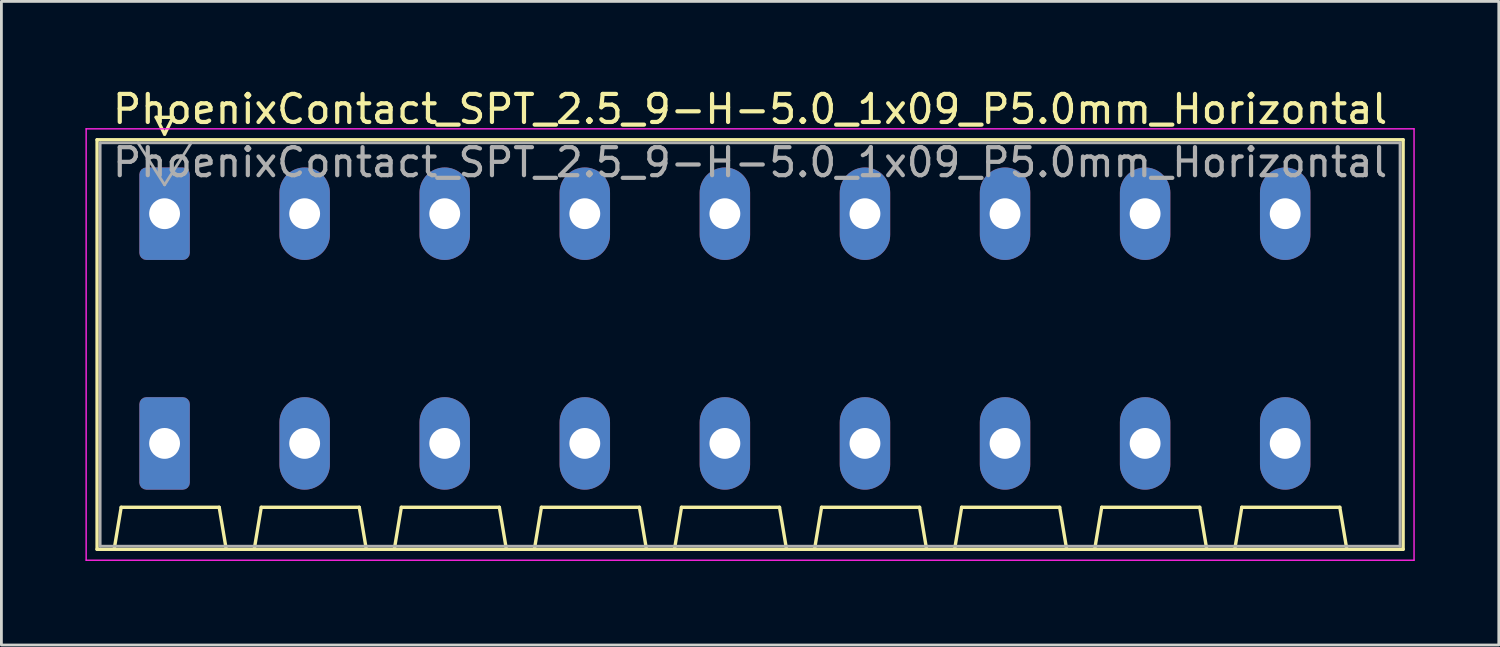
<source format=kicad_pcb>
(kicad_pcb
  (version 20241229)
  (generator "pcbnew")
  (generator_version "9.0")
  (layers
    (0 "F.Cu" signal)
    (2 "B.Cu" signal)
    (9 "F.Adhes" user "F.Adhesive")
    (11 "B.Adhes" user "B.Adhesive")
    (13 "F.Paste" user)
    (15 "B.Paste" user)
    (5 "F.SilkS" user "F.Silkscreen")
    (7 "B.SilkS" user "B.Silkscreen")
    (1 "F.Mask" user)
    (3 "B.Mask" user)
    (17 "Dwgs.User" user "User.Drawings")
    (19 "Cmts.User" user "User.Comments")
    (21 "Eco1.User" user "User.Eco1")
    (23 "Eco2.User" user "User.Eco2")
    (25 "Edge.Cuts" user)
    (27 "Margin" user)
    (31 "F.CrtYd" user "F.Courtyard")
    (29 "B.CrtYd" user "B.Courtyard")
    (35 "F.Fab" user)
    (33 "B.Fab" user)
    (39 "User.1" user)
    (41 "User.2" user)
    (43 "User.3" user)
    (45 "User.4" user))
  (footprint "PhoenixContact_SPT_2.5_9-H-5.0_1x09_P5.0mm_Horizontal"
    (layer "F.Cu")
    (at 2.825 4.578)
    (property "Reference" "PhoenixContact_SPT_2.5_9-H-5.0_1x09_P5.0mm_Horizontal" (at 20.9 -3.73 0) (layer "F.SilkS") (effects (font (size 1 1) (thickness 0.15))))
    (attr through_hole)
    (fp_line (start -2.41 -2.64) (end 44.21 -2.64) (stroke (width 0.12) (type solid)) (layer "F.SilkS"))
    (fp_line (start -2.41 11.98) (end -2.41 -2.64) (stroke (width 0.12) (type solid)) (layer "F.SilkS"))
    (fp_line (start -1.8 11.98) (end -1.55 10.48) (stroke (width 0.12) (type solid)) (layer "F.SilkS"))
    (fp_line (start -1.55 10.48) (end 1.95 10.48) (stroke (width 0.12) (type solid)) (layer "F.SilkS"))
    (fp_line (start -0.3 -3.44) (end 0 -2.84) (stroke (width 0.12) (type solid)) (layer "F.SilkS"))
    (fp_line (start -0.3 -3.44) (end 0.3 -3.44) (stroke (width 0.12) (type solid)) (layer "F.SilkS"))
    (fp_line (start 0.3 -3.44) (end 0 -2.84) (stroke (width 0.12) (type solid)) (layer "F.SilkS"))
    (fp_line (start 2.2 11.98) (end 1.95 10.48) (stroke (width 0.12) (type solid)) (layer "F.SilkS"))
    (fp_line (start 3.2 11.98) (end 3.45 10.48) (stroke (width 0.12) (type solid)) (layer "F.SilkS"))
    (fp_line (start 3.45 10.48) (end 6.95 10.48) (stroke (width 0.12) (type solid)) (layer "F.SilkS"))
    (fp_line (start 7.2 11.98) (end 6.95 10.48) (stroke (width 0.12) (type solid)) (layer "F.SilkS"))
    (fp_line (start 8.2 11.98) (end 8.45 10.48) (stroke (width 0.12) (type solid)) (layer "F.SilkS"))
    (fp_line (start 8.45 10.48) (end 11.95 10.48) (stroke (width 0.12) (type solid)) (layer "F.SilkS"))
    (fp_line (start 12.2 11.98) (end 11.95 10.48) (stroke (width 0.12) (type solid)) (layer "F.SilkS"))
    (fp_line (start 13.2 11.98) (end 13.45 10.48) (stroke (width 0.12) (type solid)) (layer "F.SilkS"))
    (fp_line (start 13.45 10.48) (end 16.95 10.48) (stroke (width 0.12) (type solid)) (layer "F.SilkS"))
    (fp_line (start 17.2 11.98) (end 16.95 10.48) (stroke (width 0.12) (type solid)) (layer "F.SilkS"))
    (fp_line (start 18.2 11.98) (end 18.45 10.48) (stroke (width 0.12) (type solid)) (layer "F.SilkS"))
    (fp_line (start 18.45 10.48) (end 21.95 10.48) (stroke (width 0.12) (type solid)) (layer "F.SilkS"))
    (fp_line (start 22.2 11.98) (end 21.95 10.48) (stroke (width 0.12) (type solid)) (layer "F.SilkS"))
    (fp_line (start 23.2 11.98) (end 23.45 10.48) (stroke (width 0.12) (type solid)) (layer "F.SilkS"))
    (fp_line (start 23.45 10.48) (end 26.95 10.48) (stroke (width 0.12) (type solid)) (layer "F.SilkS"))
    (fp_line (start 27.2 11.98) (end 26.95 10.48) (stroke (width 0.12) (type solid)) (layer "F.SilkS"))
    (fp_line (start 28.2 11.98) (end 28.45 10.48) (stroke (width 0.12) (type solid)) (layer "F.SilkS"))
    (fp_line (start 28.45 10.48) (end 31.95 10.48) (stroke (width 0.12) (type solid)) (layer "F.SilkS"))
    (fp_line (start 32.2 11.98) (end 31.95 10.48) (stroke (width 0.12) (type solid)) (layer "F.SilkS"))
    (fp_line (start 33.2 11.98) (end 33.45 10.48) (stroke (width 0.12) (type solid)) (layer "F.SilkS"))
    (fp_line (start 33.45 10.48) (end 36.95 10.48) (stroke (width 0.12) (type solid)) (layer "F.SilkS"))
    (fp_line (start 37.2 11.98) (end 36.95 10.48) (stroke (width 0.12) (type solid)) (layer "F.SilkS"))
    (fp_line (start 38.2 11.98) (end 38.45 10.48) (stroke (width 0.12) (type solid)) (layer "F.SilkS"))
    (fp_line (start 38.45 10.48) (end 41.95 10.48) (stroke (width 0.12) (type solid)) (layer "F.SilkS"))
    (fp_line (start 42.2 11.98) (end 41.95 10.48) (stroke (width 0.12) (type solid)) (layer "F.SilkS"))
    (fp_line (start 44.21 -2.64) (end 44.21 11.98) (stroke (width 0.12) (type solid)) (layer "F.SilkS"))
    (fp_line (start 44.21 11.98) (end -2.41 11.98) (stroke (width 0.12) (type solid)) (layer "F.SilkS"))
    (fp_line (start -2.8 -3.03) (end -2.8 12.37) (stroke (width 0.05) (type solid)) (layer "F.CrtYd"))
    (fp_line (start -2.8 12.37) (end 44.6 12.37) (stroke (width 0.05) (type solid)) (layer "F.CrtYd"))
    (fp_line (start 44.6 -3.03) (end -2.8 -3.03) (stroke (width 0.05) (type solid)) (layer "F.CrtYd"))
    (fp_line (start 44.6 12.37) (end 44.6 -3.03) (stroke (width 0.05) (type solid)) (layer "F.CrtYd"))
    (fp_line (start -2.3 -2.53) (end -2.3 11.87) (stroke (width 0.1) (type solid)) (layer "F.Fab"))
    (fp_line (start -2.3 11.87) (end 44.1 11.87) (stroke (width 0.1) (type solid)) (layer "F.Fab"))
    (fp_line (start -0.95 -2.53) (end 0 -1.03) (stroke (width 0.1) (type solid)) (layer "F.Fab"))
    (fp_line (start 0.95 -2.53) (end 0 -1.03) (stroke (width 0.1) (type solid)) (layer "F.Fab"))
    (fp_line (start 44.1 -2.53) (end -2.3 -2.53) (stroke (width 0.1) (type solid)) (layer "F.Fab"))
    (fp_line (start 44.1 11.87) (end 44.1 -2.53) (stroke (width 0.1) (type solid)) (layer "F.Fab"))
    (fp_text user "${REFERENCE}" (at 20.9 -1.83 0) (layer "F.Fab") (effects (font (size 1 1) (thickness 0.15))))
    (pad "1" thru_hole roundrect (at 0 0) (size 1.8 3.3) (drill 1.1) (layers "*.Cu" "*.Mask") (roundrect_rratio 0.139))
    (pad "1" thru_hole roundrect (at 0 8.2) (size 1.8 3.3) (drill 1.1) (layers "*.Cu" "*.Mask") (roundrect_rratio 0.139))
    (pad "2" thru_hole oval (at 5 0) (size 1.8 3.3) (drill 1.1) (layers "*.Cu" "*.Mask"))
    (pad "2" thru_hole oval (at 5 8.2) (size 1.8 3.3) (drill 1.1) (layers "*.Cu" "*.Mask"))
    (pad "3" thru_hole oval (at 10 0) (size 1.8 3.3) (drill 1.1) (layers "*.Cu" "*.Mask"))
    (pad "3" thru_hole oval (at 10 8.2) (size 1.8 3.3) (drill 1.1) (layers "*.Cu" "*.Mask"))
    (pad "4" thru_hole oval (at 15 0) (size 1.8 3.3) (drill 1.1) (layers "*.Cu" "*.Mask"))
    (pad "4" thru_hole oval (at 15 8.2) (size 1.8 3.3) (drill 1.1) (layers "*.Cu" "*.Mask"))
    (pad "5" thru_hole oval (at 20 0) (size 1.8 3.3) (drill 1.1) (layers "*.Cu" "*.Mask"))
    (pad "5" thru_hole oval (at 20 8.2) (size 1.8 3.3) (drill 1.1) (layers "*.Cu" "*.Mask"))
    (pad "6" thru_hole oval (at 25 0) (size 1.8 3.3) (drill 1.1) (layers "*.Cu" "*.Mask"))
    (pad "6" thru_hole oval (at 25 8.2) (size 1.8 3.3) (drill 1.1) (layers "*.Cu" "*.Mask"))
    (pad "7" thru_hole oval (at 30 0) (size 1.8 3.3) (drill 1.1) (layers "*.Cu" "*.Mask"))
    (pad "7" thru_hole oval (at 30 8.2) (size 1.8 3.3) (drill 1.1) (layers "*.Cu" "*.Mask"))
    (pad "8" thru_hole oval (at 35 0) (size 1.8 3.3) (drill 1.1) (layers "*.Cu" "*.Mask"))
    (pad "8" thru_hole oval (at 35 8.2) (size 1.8 3.3) (drill 1.1) (layers "*.Cu" "*.Mask"))
    (pad "9" thru_hole oval (at 40 0) (size 1.8 3.3) (drill 1.1) (layers "*.Cu" "*.Mask"))
    (pad "9" thru_hole oval (at 40 8.2) (size 1.8 3.3) (drill 1.1) (layers "*.Cu" "*.Mask")))
  (gr_rect
    (start -3 -3)
    (end 50.45 19.973)
    (stroke (width 0.1) (type default))
    (fill no)
    (layer "Edge.Cuts")))
</source>
